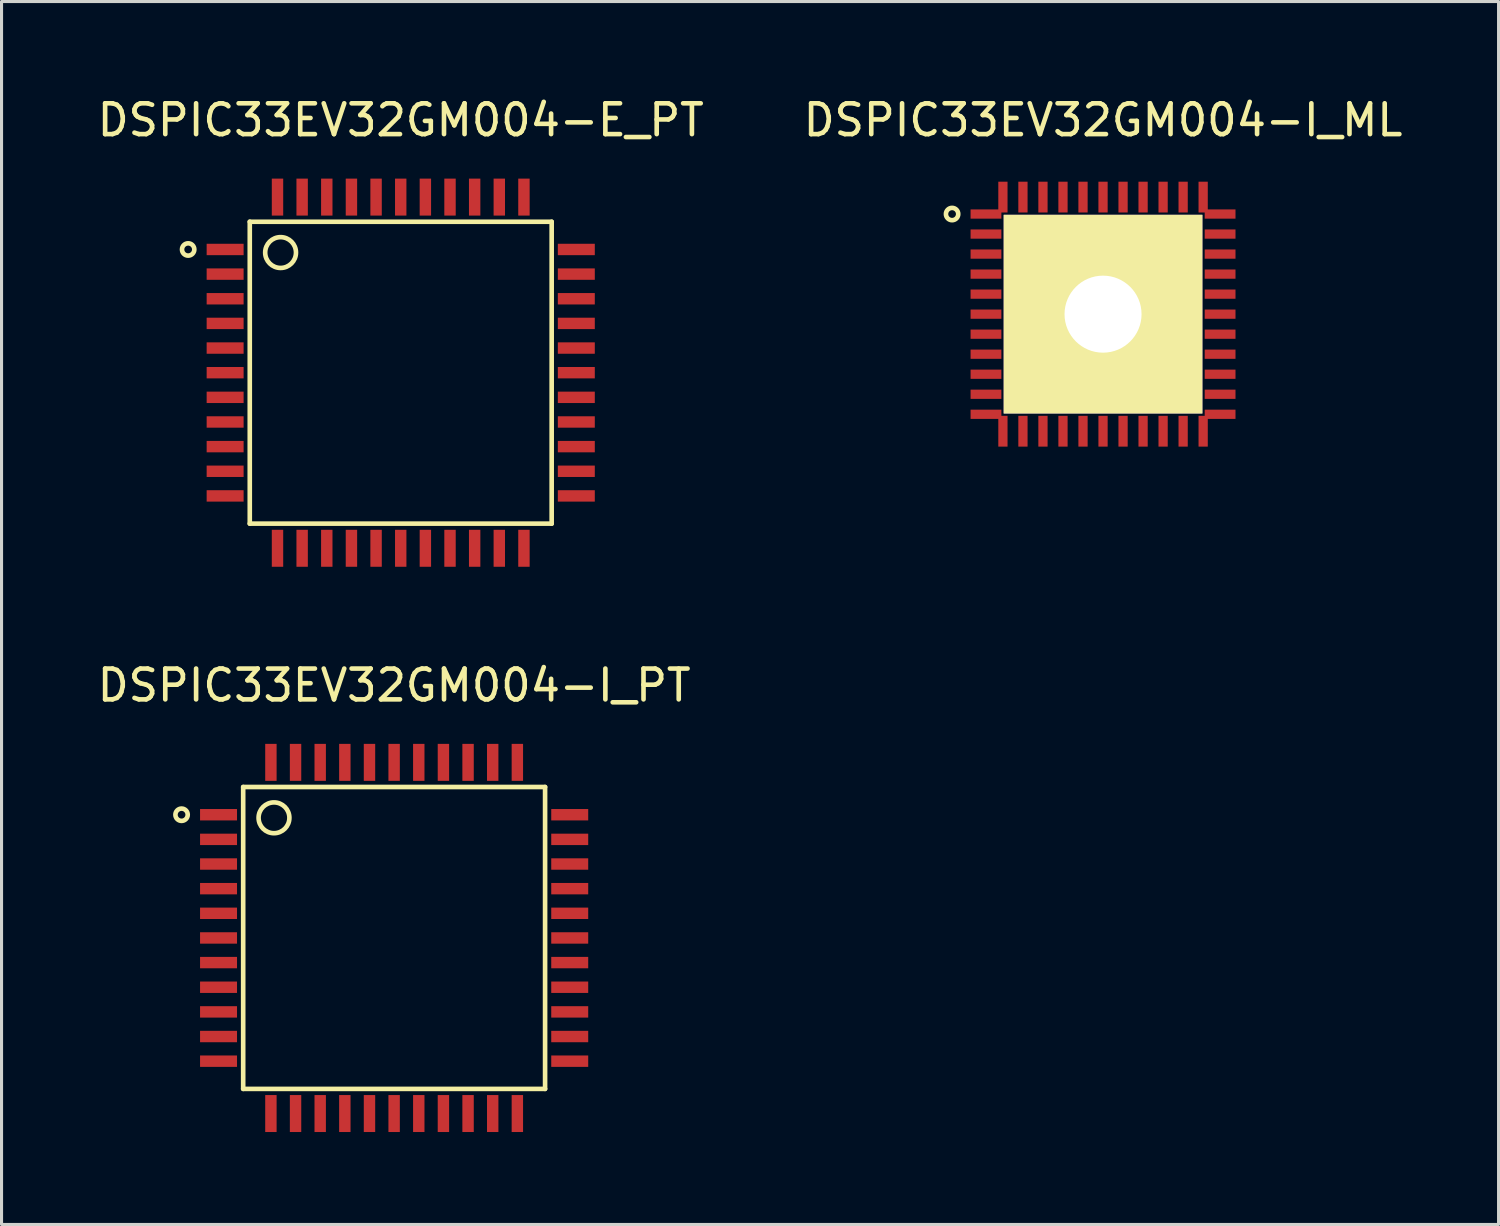
<source format=kicad_pcb>
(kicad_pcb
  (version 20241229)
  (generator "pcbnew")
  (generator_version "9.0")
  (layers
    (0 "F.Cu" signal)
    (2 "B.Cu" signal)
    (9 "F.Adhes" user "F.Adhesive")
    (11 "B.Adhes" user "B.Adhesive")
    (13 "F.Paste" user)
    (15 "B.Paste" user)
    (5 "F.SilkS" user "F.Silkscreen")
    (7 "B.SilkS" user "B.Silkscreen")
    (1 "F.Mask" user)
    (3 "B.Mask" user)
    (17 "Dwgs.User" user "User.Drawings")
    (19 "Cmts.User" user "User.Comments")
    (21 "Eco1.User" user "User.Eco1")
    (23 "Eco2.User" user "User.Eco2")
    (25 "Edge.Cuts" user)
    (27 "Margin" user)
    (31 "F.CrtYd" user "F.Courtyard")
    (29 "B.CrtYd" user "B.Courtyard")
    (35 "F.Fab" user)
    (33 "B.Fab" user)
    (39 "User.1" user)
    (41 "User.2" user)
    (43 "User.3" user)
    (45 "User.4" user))
  (footprint "DSPIC33EV32GM004-I_PT"
    (layer "F.Cu")
    (at 4.044 21.697)
    (property "Reference" "DSPIC33EV32GM004-I_PT" (at 5.7 -2.5 0) (layer "F.SilkS") (effects (font (size 1 1) (thickness 0.15))))
    (attr through_hole)
    (fp_line (start 0.8 0.8) (end 0.8 10.6) (stroke (width 0.15) (type solid)) (layer "F.SilkS"))
    (fp_line (start 0.8 0.8) (end 10.6 0.8) (stroke (width 0.15) (type solid)) (layer "F.SilkS"))
    (fp_line (start 0.8 10.6) (end 10.6 10.6) (stroke (width 0.15) (type solid)) (layer "F.SilkS"))
    (fp_line (start 10.6 10.6) (end 10.6 0.8) (stroke (width 0.15) (type solid)) (layer "F.SilkS"))
    (fp_circle (center -1.2 1.7) (end -1.2 1.5) (stroke (width 0.15) (type solid)) (fill no) (layer "F.SilkS"))
    (fp_circle (center 1.8 1.8) (end 1.8 1.3) (stroke (width 0.15) (type solid)) (fill no) (layer "F.SilkS"))
    (pad "1" smd rect (at 0 1.7) (size 1.2 0.37) (layers "F.Cu" "F.Mask" "F.Paste"))
    (pad "2" smd rect (at 0 2.5) (size 1.2 0.37) (layers "F.Cu" "F.Mask" "F.Paste"))
    (pad "3" smd rect (at 0 3.3) (size 1.2 0.37) (layers "F.Cu" "F.Mask" "F.Paste"))
    (pad "4" smd rect (at 0 4.1) (size 1.2 0.37) (layers "F.Cu" "F.Mask" "F.Paste"))
    (pad "5" smd rect (at 0 4.9) (size 1.2 0.37) (layers "F.Cu" "F.Mask" "F.Paste"))
    (pad "6" smd rect (at 0 5.7) (size 1.2 0.37) (layers "F.Cu" "F.Mask" "F.Paste"))
    (pad "7" smd rect (at 0 6.5) (size 1.2 0.37) (layers "F.Cu" "F.Mask" "F.Paste"))
    (pad "8" smd rect (at 0 7.3) (size 1.2 0.37) (layers "F.Cu" "F.Mask" "F.Paste"))
    (pad "9" smd rect (at 0 8.1) (size 1.2 0.37) (layers "F.Cu" "F.Mask" "F.Paste"))
    (pad "10" smd rect (at 0 8.9) (size 1.2 0.37) (layers "F.Cu" "F.Mask" "F.Paste"))
    (pad "11" smd rect (at 0 9.7) (size 1.2 0.37) (layers "F.Cu" "F.Mask" "F.Paste"))
    (pad "12" smd rect (at 1.7 11.4) (size 0.37 1.2) (layers "F.Cu" "F.Mask" "F.Paste"))
    (pad "13" smd rect (at 2.5 11.4) (size 0.37 1.2) (layers "F.Cu" "F.Mask" "F.Paste"))
    (pad "14" smd rect (at 3.3 11.4) (size 0.37 1.2) (layers "F.Cu" "F.Mask" "F.Paste"))
    (pad "15" smd rect (at 4.1 11.4) (size 0.37 1.2) (layers "F.Cu" "F.Mask" "F.Paste"))
    (pad "16" smd rect (at 4.9 11.4) (size 0.37 1.2) (layers "F.Cu" "F.Mask" "F.Paste"))
    (pad "17" smd rect (at 5.7 11.4) (size 0.37 1.2) (layers "F.Cu" "F.Mask" "F.Paste"))
    (pad "18" smd rect (at 6.5 11.4) (size 0.37 1.2) (layers "F.Cu" "F.Mask" "F.Paste"))
    (pad "19" smd rect (at 7.3 11.4) (size 0.37 1.2) (layers "F.Cu" "F.Mask" "F.Paste"))
    (pad "20" smd rect (at 8.1 11.4) (size 0.37 1.2) (layers "F.Cu" "F.Mask" "F.Paste"))
    (pad "21" smd rect (at 8.9 11.4) (size 0.37 1.2) (layers "F.Cu" "F.Mask" "F.Paste"))
    (pad "22" smd rect (at 9.7 11.4) (size 0.37 1.2) (layers "F.Cu" "F.Mask" "F.Paste"))
    (pad "23" smd rect (at 11.4 9.7) (size 1.2 0.37) (layers "F.Cu" "F.Mask" "F.Paste"))
    (pad "24" smd rect (at 11.4 8.9) (size 1.2 0.37) (layers "F.Cu" "F.Mask" "F.Paste"))
    (pad "25" smd rect (at 11.4 8.1) (size 1.2 0.37) (layers "F.Cu" "F.Mask" "F.Paste"))
    (pad "26" smd rect (at 11.4 7.3) (size 1.2 0.37) (layers "F.Cu" "F.Mask" "F.Paste"))
    (pad "27" smd rect (at 11.4 6.5) (size 1.2 0.37) (layers "F.Cu" "F.Mask" "F.Paste"))
    (pad "28" smd rect (at 11.4 5.7) (size 1.2 0.37) (layers "F.Cu" "F.Mask" "F.Paste"))
    (pad "29" smd rect (at 11.4 4.9) (size 1.2 0.37) (layers "F.Cu" "F.Mask" "F.Paste"))
    (pad "30" smd rect (at 11.4 4.1) (size 1.2 0.37) (layers "F.Cu" "F.Mask" "F.Paste"))
    (pad "31" smd rect (at 11.4 3.3) (size 1.2 0.37) (layers "F.Cu" "F.Mask" "F.Paste"))
    (pad "32" smd rect (at 11.4 2.5) (size 1.2 0.37) (layers "F.Cu" "F.Mask" "F.Paste"))
    (pad "33" smd rect (at 11.4 1.7) (size 1.2 0.37) (layers "F.Cu" "F.Mask" "F.Paste"))
    (pad "34" smd rect (at 9.7 0) (size 0.37 1.2) (layers "F.Cu" "F.Mask" "F.Paste"))
    (pad "35" smd rect (at 8.9 0) (size 0.37 1.2) (layers "F.Cu" "F.Mask" "F.Paste"))
    (pad "36" smd rect (at 8.1 0) (size 0.37 1.2) (layers "F.Cu" "F.Mask" "F.Paste"))
    (pad "37" smd rect (at 7.3 0) (size 0.37 1.2) (layers "F.Cu" "F.Mask" "F.Paste"))
    (pad "38" smd rect (at 6.5 0) (size 0.37 1.2) (layers "F.Cu" "F.Mask" "F.Paste"))
    (pad "39" smd rect (at 5.7 0) (size 0.37 1.2) (layers "F.Cu" "F.Mask" "F.Paste"))
    (pad "40" smd rect (at 4.9 0) (size 0.37 1.2) (layers "F.Cu" "F.Mask" "F.Paste"))
    (pad "41" smd rect (at 4.1 0) (size 0.37 1.2) (layers "F.Cu" "F.Mask" "F.Paste"))
    (pad "42" smd rect (at 3.3 0) (size 0.37 1.2) (layers "F.Cu" "F.Mask" "F.Paste"))
    (pad "43" smd rect (at 2.5 0) (size 0.37 1.2) (layers "F.Cu" "F.Mask" "F.Paste"))
    (pad "44" smd rect (at 1.7 0) (size 0.37 1.2) (layers "F.Cu" "F.Mask" "F.Paste")))
  (footprint "DSPIC33EV32GM004-I_ML"
    (layer "F.Cu")
    (at 28.956 3.348)
    (property "Reference" "DSPIC33EV32GM004-I_ML" (at 3.8 -2.5 0) (layer "F.SilkS") (effects (font (size 1 1) (thickness 0.15))))
    (attr through_hole)
    (fp_line (start 0.7 0.7) (end 0.7 6.9) (stroke (width 0.15) (type solid)) (layer "F.SilkS"))
    (fp_line (start 0.7 0.7) (end 6.9 0.7) (stroke (width 0.15) (type solid)) (layer "F.SilkS"))
    (fp_line (start 0.7 6.9) (end 6.9 6.9) (stroke (width 0.15) (type solid)) (layer "F.SilkS"))
    (fp_line (start 6.9 6.9) (end 6.9 0.7) (stroke (width 0.15) (type solid)) (layer "F.SilkS"))
    (fp_circle (center -1.1 0.55) (end -1.1 0.35) (stroke (width 0.15) (type solid)) (fill no) (layer "F.SilkS"))
    (fp_circle (center 1.7 1.7) (end 1.7 1.2) (stroke (width 0.15) (type solid)) (fill no) (layer "F.SilkS"))
    (pad "1" smd rect (at 0 0.55) (size 1 0.3) (layers "F.Cu" "F.Mask" "F.Paste"))
    (pad "2" smd rect (at 0 1.2) (size 1 0.3) (layers "F.Cu" "F.Mask" "F.Paste"))
    (pad "3" smd rect (at 0 1.85) (size 1 0.3) (layers "F.Cu" "F.Mask" "F.Paste"))
    (pad "4" smd rect (at 0 2.5) (size 1 0.3) (layers "F.Cu" "F.Mask" "F.Paste"))
    (pad "5" smd rect (at 0 3.15) (size 1 0.3) (layers "F.Cu" "F.Mask" "F.Paste"))
    (pad "6" smd rect (at 0 3.8) (size 1 0.3) (layers "F.Cu" "F.Mask" "F.Paste"))
    (pad "7" smd rect (at 0 4.45) (size 1 0.3) (layers "F.Cu" "F.Mask" "F.Paste"))
    (pad "8" smd rect (at 0 5.1) (size 1 0.3) (layers "F.Cu" "F.Mask" "F.Paste"))
    (pad "9" smd rect (at 0 5.75) (size 1 0.3) (layers "F.Cu" "F.Mask" "F.Paste"))
    (pad "10" smd rect (at 0 6.4) (size 1 0.3) (layers "F.Cu" "F.Mask" "F.Paste"))
    (pad "11" smd rect (at 0 7.05) (size 1 0.3) (layers "F.Cu" "F.Mask" "F.Paste"))
    (pad "12" smd rect (at 0.55 7.6) (size 0.3 1) (layers "F.Cu" "F.Mask" "F.Paste"))
    (pad "13" smd rect (at 1.2 7.6) (size 0.3 1) (layers "F.Cu" "F.Mask" "F.Paste"))
    (pad "14" smd rect (at 1.85 7.6) (size 0.3 1) (layers "F.Cu" "F.Mask" "F.Paste"))
    (pad "15" smd rect (at 2.5 7.6) (size 0.3 1) (layers "F.Cu" "F.Mask" "F.Paste"))
    (pad "16" smd rect (at 3.15 7.6) (size 0.3 1) (layers "F.Cu" "F.Mask" "F.Paste"))
    (pad "17" smd rect (at 3.8 7.6) (size 0.3 1) (layers "F.Cu" "F.Mask" "F.Paste"))
    (pad "18" smd rect (at 4.45 7.6) (size 0.3 1) (layers "F.Cu" "F.Mask" "F.Paste"))
    (pad "19" smd rect (at 5.1 7.6) (size 0.3 1) (layers "F.Cu" "F.Mask" "F.Paste"))
    (pad "20" smd rect (at 5.75 7.6) (size 0.3 1) (layers "F.Cu" "F.Mask" "F.Paste"))
    (pad "21" smd rect (at 6.4 7.6) (size 0.3 1) (layers "F.Cu" "F.Mask" "F.Paste"))
    (pad "22" smd rect (at 7.05 7.6) (size 0.3 1) (layers "F.Cu" "F.Mask" "F.Paste"))
    (pad "23" smd rect (at 7.6 7.05) (size 1 0.3) (layers "F.Cu" "F.Mask" "F.Paste"))
    (pad "24" smd rect (at 7.6 6.4) (size 1 0.3) (layers "F.Cu" "F.Mask" "F.Paste"))
    (pad "25" smd rect (at 7.6 5.75) (size 1 0.3) (layers "F.Cu" "F.Mask" "F.Paste"))
    (pad "26" smd rect (at 7.6 5.1) (size 1 0.3) (layers "F.Cu" "F.Mask" "F.Paste"))
    (pad "27" smd rect (at 7.6 4.45) (size 1 0.3) (layers "F.Cu" "F.Mask" "F.Paste"))
    (pad "28" smd rect (at 7.6 3.8) (size 1 0.3) (layers "F.Cu" "F.Mask" "F.Paste"))
    (pad "29" smd rect (at 7.6 3.15) (size 1 0.3) (layers "F.Cu" "F.Mask" "F.Paste"))
    (pad "30" smd rect (at 7.6 2.5) (size 1 0.3) (layers "F.Cu" "F.Mask" "F.Paste"))
    (pad "31" smd rect (at 7.6 1.85) (size 1 0.3) (layers "F.Cu" "F.Mask" "F.Paste"))
    (pad "32" smd rect (at 7.6 1.2) (size 1 0.3) (layers "F.Cu" "F.Mask" "F.Paste"))
    (pad "33" smd rect (at 7.6 0.55) (size 1 0.3) (layers "F.Cu" "F.Mask" "F.Paste"))
    (pad "34" smd rect (at 7.05 0) (size 0.3 1) (layers "F.Cu" "F.Mask" "F.Paste"))
    (pad "35" smd rect (at 6.4 0) (size 0.3 1) (layers "F.Cu" "F.Mask" "F.Paste"))
    (pad "36" smd rect (at 5.75 0) (size 0.3 1) (layers "F.Cu" "F.Mask" "F.Paste"))
    (pad "37" smd rect (at 5.1 0) (size 0.3 1) (layers "F.Cu" "F.Mask" "F.Paste"))
    (pad "38" smd rect (at 4.45 0) (size 0.3 1) (layers "F.Cu" "F.Mask" "F.Paste"))
    (pad "39" smd rect (at 3.8 0) (size 0.3 1) (layers "F.Cu" "F.Mask" "F.Paste"))
    (pad "40" smd rect (at 3.15 0) (size 0.3 1) (layers "F.Cu" "F.Mask" "F.Paste"))
    (pad "41" smd rect (at 2.5 0) (size 0.3 1) (layers "F.Cu" "F.Mask" "F.Paste"))
    (pad "42" smd rect (at 1.85 0) (size 0.3 1) (layers "F.Cu" "F.Mask" "F.Paste"))
    (pad "43" smd rect (at 1.2 0) (size 0.3 1) (layers "F.Cu" "F.Mask" "F.Paste"))
    (pad "44" smd rect (at 0.55 0) (size 0.3 1) (layers "F.Cu" "F.Mask" "F.Paste"))
    (pad "999" thru_hole rect (at 3.8 3.8) (size 6.45 6.45) (drill 2.5) (layers "*.Cu" "*.Mask" "F.SilkS")))
  (footprint "DSPIC33EV32GM004-E_PT"
    (layer "F.Cu")
    (at 4.258 3.348)
    (property "Reference" "DSPIC33EV32GM004-E_PT" (at 5.7 -2.5 0) (layer "F.SilkS") (effects (font (size 1 1) (thickness 0.15))))
    (attr through_hole)
    (fp_line (start 0.8 0.8) (end 0.8 10.6) (stroke (width 0.15) (type solid)) (layer "F.SilkS"))
    (fp_line (start 0.8 0.8) (end 10.6 0.8) (stroke (width 0.15) (type solid)) (layer "F.SilkS"))
    (fp_line (start 0.8 10.6) (end 10.6 10.6) (stroke (width 0.15) (type solid)) (layer "F.SilkS"))
    (fp_line (start 10.6 10.6) (end 10.6 0.8) (stroke (width 0.15) (type solid)) (layer "F.SilkS"))
    (fp_circle (center -1.2 1.7) (end -1.2 1.5) (stroke (width 0.15) (type solid)) (fill no) (layer "F.SilkS"))
    (fp_circle (center 1.8 1.8) (end 1.8 1.3) (stroke (width 0.15) (type solid)) (fill no) (layer "F.SilkS"))
    (pad "1" smd rect (at 0 1.7) (size 1.2 0.37) (layers "F.Cu" "F.Mask" "F.Paste"))
    (pad "2" smd rect (at 0 2.5) (size 1.2 0.37) (layers "F.Cu" "F.Mask" "F.Paste"))
    (pad "3" smd rect (at 0 3.3) (size 1.2 0.37) (layers "F.Cu" "F.Mask" "F.Paste"))
    (pad "4" smd rect (at 0 4.1) (size 1.2 0.37) (layers "F.Cu" "F.Mask" "F.Paste"))
    (pad "5" smd rect (at 0 4.9) (size 1.2 0.37) (layers "F.Cu" "F.Mask" "F.Paste"))
    (pad "6" smd rect (at 0 5.7) (size 1.2 0.37) (layers "F.Cu" "F.Mask" "F.Paste"))
    (pad "7" smd rect (at 0 6.5) (size 1.2 0.37) (layers "F.Cu" "F.Mask" "F.Paste"))
    (pad "8" smd rect (at 0 7.3) (size 1.2 0.37) (layers "F.Cu" "F.Mask" "F.Paste"))
    (pad "9" smd rect (at 0 8.1) (size 1.2 0.37) (layers "F.Cu" "F.Mask" "F.Paste"))
    (pad "10" smd rect (at 0 8.9) (size 1.2 0.37) (layers "F.Cu" "F.Mask" "F.Paste"))
    (pad "11" smd rect (at 0 9.7) (size 1.2 0.37) (layers "F.Cu" "F.Mask" "F.Paste"))
    (pad "12" smd rect (at 1.7 11.4) (size 0.37 1.2) (layers "F.Cu" "F.Mask" "F.Paste"))
    (pad "13" smd rect (at 2.5 11.4) (size 0.37 1.2) (layers "F.Cu" "F.Mask" "F.Paste"))
    (pad "14" smd rect (at 3.3 11.4) (size 0.37 1.2) (layers "F.Cu" "F.Mask" "F.Paste"))
    (pad "15" smd rect (at 4.1 11.4) (size 0.37 1.2) (layers "F.Cu" "F.Mask" "F.Paste"))
    (pad "16" smd rect (at 4.9 11.4) (size 0.37 1.2) (layers "F.Cu" "F.Mask" "F.Paste"))
    (pad "17" smd rect (at 5.7 11.4) (size 0.37 1.2) (layers "F.Cu" "F.Mask" "F.Paste"))
    (pad "18" smd rect (at 6.5 11.4) (size 0.37 1.2) (layers "F.Cu" "F.Mask" "F.Paste"))
    (pad "19" smd rect (at 7.3 11.4) (size 0.37 1.2) (layers "F.Cu" "F.Mask" "F.Paste"))
    (pad "20" smd rect (at 8.1 11.4) (size 0.37 1.2) (layers "F.Cu" "F.Mask" "F.Paste"))
    (pad "21" smd rect (at 8.9 11.4) (size 0.37 1.2) (layers "F.Cu" "F.Mask" "F.Paste"))
    (pad "22" smd rect (at 9.7 11.4) (size 0.37 1.2) (layers "F.Cu" "F.Mask" "F.Paste"))
    (pad "23" smd rect (at 11.4 9.7) (size 1.2 0.37) (layers "F.Cu" "F.Mask" "F.Paste"))
    (pad "24" smd rect (at 11.4 8.9) (size 1.2 0.37) (layers "F.Cu" "F.Mask" "F.Paste"))
    (pad "25" smd rect (at 11.4 8.1) (size 1.2 0.37) (layers "F.Cu" "F.Mask" "F.Paste"))
    (pad "26" smd rect (at 11.4 7.3) (size 1.2 0.37) (layers "F.Cu" "F.Mask" "F.Paste"))
    (pad "27" smd rect (at 11.4 6.5) (size 1.2 0.37) (layers "F.Cu" "F.Mask" "F.Paste"))
    (pad "28" smd rect (at 11.4 5.7) (size 1.2 0.37) (layers "F.Cu" "F.Mask" "F.Paste"))
    (pad "29" smd rect (at 11.4 4.9) (size 1.2 0.37) (layers "F.Cu" "F.Mask" "F.Paste"))
    (pad "30" smd rect (at 11.4 4.1) (size 1.2 0.37) (layers "F.Cu" "F.Mask" "F.Paste"))
    (pad "31" smd rect (at 11.4 3.3) (size 1.2 0.37) (layers "F.Cu" "F.Mask" "F.Paste"))
    (pad "32" smd rect (at 11.4 2.5) (size 1.2 0.37) (layers "F.Cu" "F.Mask" "F.Paste"))
    (pad "33" smd rect (at 11.4 1.7) (size 1.2 0.37) (layers "F.Cu" "F.Mask" "F.Paste"))
    (pad "34" smd rect (at 9.7 0) (size 0.37 1.2) (layers "F.Cu" "F.Mask" "F.Paste"))
    (pad "35" smd rect (at 8.9 0) (size 0.37 1.2) (layers "F.Cu" "F.Mask" "F.Paste"))
    (pad "36" smd rect (at 8.1 0) (size 0.37 1.2) (layers "F.Cu" "F.Mask" "F.Paste"))
    (pad "37" smd rect (at 7.3 0) (size 0.37 1.2) (layers "F.Cu" "F.Mask" "F.Paste"))
    (pad "38" smd rect (at 6.5 0) (size 0.37 1.2) (layers "F.Cu" "F.Mask" "F.Paste"))
    (pad "39" smd rect (at 5.7 0) (size 0.37 1.2) (layers "F.Cu" "F.Mask" "F.Paste"))
    (pad "40" smd rect (at 4.9 0) (size 0.37 1.2) (layers "F.Cu" "F.Mask" "F.Paste"))
    (pad "41" smd rect (at 4.1 0) (size 0.37 1.2) (layers "F.Cu" "F.Mask" "F.Paste"))
    (pad "42" smd rect (at 3.3 0) (size 0.37 1.2) (layers "F.Cu" "F.Mask" "F.Paste"))
    (pad "43" smd rect (at 2.5 0) (size 0.37 1.2) (layers "F.Cu" "F.Mask" "F.Paste"))
    (pad "44" smd rect (at 1.7 0) (size 0.37 1.2) (layers "F.Cu" "F.Mask" "F.Paste")))
  (gr_rect
    (start -3 -3)
    (end 45.595 36.697)
    (stroke (width 0.1) (type default))
    (fill no)
    (layer "Edge.Cuts")))
</source>
